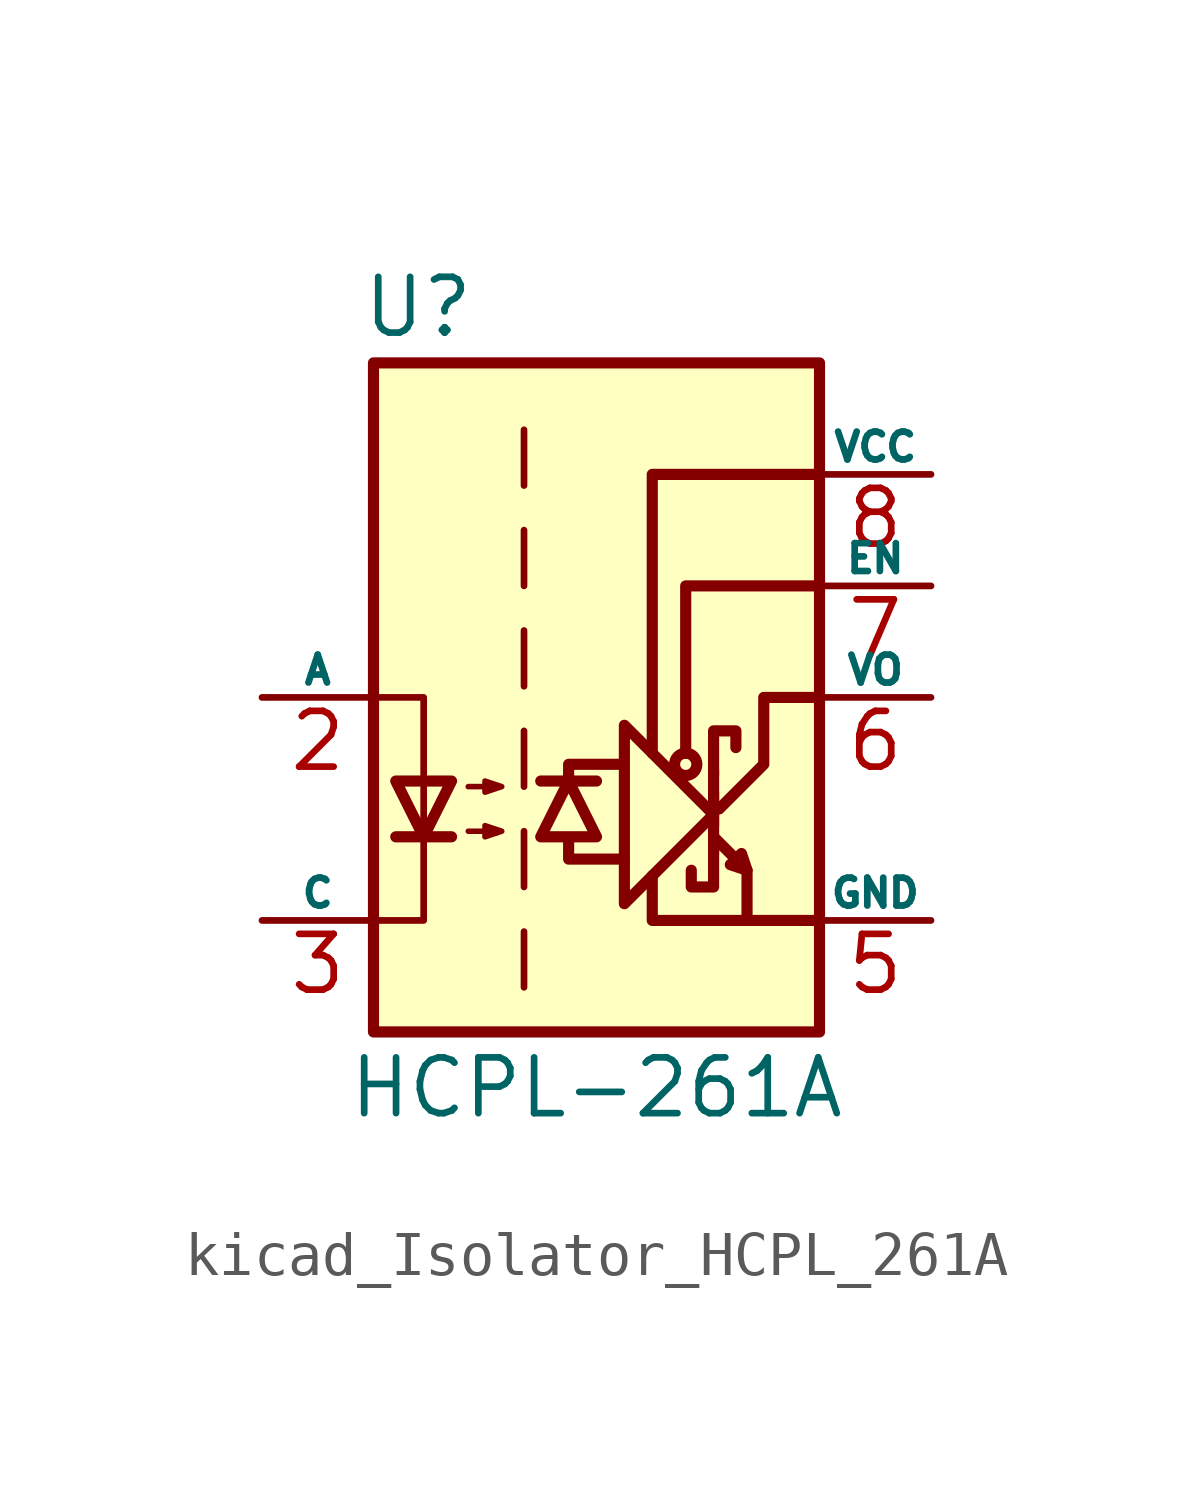
<source format=kicad_sym>
(kicad_symbol_lib
  (version 20220914)
  (generator kicad_symbol_editor)
  (symbol "kicad_Isolator_HCPL_261A"
    (pin_names
      (offset 0))
    (property "Reference" "U"
      (at -4.064 8.89 0)
      (effects (font (size 1.27 1.27))))
    (property "Value" "HCPL-261A"
      (at 0 -8.89 0)
      (effects (font (size 1.27 1.27))))
    (symbol "kicad_Isolator_HCPL_261A_0_1"
      (polyline (pts (xy 2.667 -3.556) (xy 2.667 -1.651)) (stroke (width 0.254) (type default)) (fill (type none)))
      (polyline (pts (xy 2.667 -2.159) (xy 2.667 -2.921)) (stroke (width 0.254) (type default)) (fill (type none)))
      (polyline (pts (xy 3.429 -3.937) (xy 3.429 -5.08)) (stroke (width 0.254) (type default)) (fill (type none)))
      (polyline (pts (xy -0.635 -3.302) (xy -0.635 -3.683) (xy 0.635 -3.683)) (stroke (width 0.254) (type default)) (fill (type none)))
      (polyline (pts (xy -0.635 -1.905) (xy -0.635 -1.524) (xy 0.508 -1.524)) (stroke (width 0.254) (type default)) (fill (type none)))
      (polyline (pts (xy 1.27 -4.064) (xy 1.27 -5.08) (xy 5.08 -5.08)) (stroke (width 0.254) (type default)) (fill (type none)))
      (polyline (pts (xy 1.27 -1.27) (xy 1.27 5.08) (xy 5.08 5.08)) (stroke (width 0.254) (type default)) (fill (type none)))
      (polyline (pts (xy 2.032 -1.27) (xy 2.032 2.54) (xy 5.08 2.54)) (stroke (width 0.254) (type default)) (fill (type none)))
      (polyline (pts (xy -5.08 -5.08) (xy -3.937 -5.08) (xy -3.937 0) (xy -5.08 0)) (stroke (width 0) (type default)) (fill (type none)))
      (polyline (pts (xy 2.667 -3.302) (xy 2.667 -4.318) (xy 2.159 -4.318) (xy 2.159 -3.937)) (stroke (width 0.254) (type default)) (fill (type none)))
      (polyline (pts (xy 2.667 -2.667) (xy 0.635 -4.699) (xy 0.635 -0.635) (xy 2.667 -2.667)) (stroke (width 0.254) (type default)) (fill (type none)))
      (polyline (pts (xy 2.667 -1.778) (xy 2.667 -0.762) (xy 3.175 -0.762) (xy 3.175 -1.143)) (stroke (width 0.254) (type default)) (fill (type none)))
      (polyline (pts (xy 2.794 -2.54) (xy 3.81 -1.524) (xy 3.81 0) (xy 5.08 0)) (stroke (width 0.254) (type default)) (fill (type none)))
      (polyline (pts (xy 2.667 -3.175) (xy 3.429 -3.937) (xy 3.302 -3.556) (xy 3.048 -3.81) (xy 3.429 -3.937)) (stroke (width 0.254) (type default)) (fill (type none)))
      (circle (center 2.032 -1.524) (radius 0.254) (stroke (width 0.254) (type default)) (fill (type none))))
    (symbol "kicad_Isolator_HCPL_261A_1_1"
      (rectangle (start -5.08 7.62) (end 5.08 -7.62) (stroke (width 0.254) (type default)) (fill (type background)))
      (polyline (pts (xy -4.572 -3.175) (xy -3.302 -3.175)) (stroke (width 0.254) (type default)) (fill (type none)))
      (polyline (pts (xy -1.651 -5.334) (xy -1.651 -6.604)) (stroke (width 0) (type default)) (fill (type none)))
      (polyline (pts (xy -1.651 -3.048) (xy -1.651 -4.318)) (stroke (width 0) (type default)) (fill (type none)))
      (polyline (pts (xy -1.651 -0.762) (xy -1.651 -2.032)) (stroke (width 0) (type default)) (fill (type none)))
      (polyline (pts (xy -1.651 1.524) (xy -1.651 0.254)) (stroke (width 0) (type default)) (fill (type none)))
      (polyline (pts (xy -1.651 3.81) (xy -1.651 2.54)) (stroke (width 0) (type default)) (fill (type none)))
      (polyline (pts (xy -1.651 6.096) (xy -1.651 4.826)) (stroke (width 0) (type default)) (fill (type none)))
      (polyline (pts (xy -1.27 -1.905) (xy 0 -1.905)) (stroke (width 0.254) (type default)) (fill (type none)))
      (polyline (pts (xy -3.937 -3.175) (xy -4.572 -1.905) (xy -3.302 -1.905) (xy -3.937 -3.175)) (stroke (width 0.254) (type default)) (fill (type none)))
      (polyline (pts (xy -0.635 -1.905) (xy -1.27 -3.175) (xy 0 -3.175) (xy -0.635 -1.905)) (stroke (width 0.254) (type default)) (fill (type none)))
      (polyline (pts (xy -2.921 -3.048) (xy -2.159 -3.048) (xy -2.54 -3.175) (xy -2.54 -2.921) (xy -2.159 -3.048)) (stroke (width 0.127) (type default)) (fill (type none)))
      (polyline (pts (xy -2.921 -2.032) (xy -2.159 -2.032) (xy -2.54 -2.159) (xy -2.54 -1.905) (xy -2.159 -2.032)) (stroke (width 0.127) (type default)) (fill (type none)))
      (pin no_connect line (at -5.08 5.08 0) (length 2.54) hide (name "NC" (effects (font (size 0.635 0.635)))) (number "1" (effects (font (size 1.27 1.27)))))
      (pin passive line (at -7.62 0 0) (length 2.54) (name "A" (effects (font (size 0.635 0.635)))) (number "2" (effects (font (size 1.27 1.27)))))
      (pin passive line (at -7.62 -5.08 0) (length 2.54) (name "C" (effects (font (size 0.635 0.635)))) (number "3" (effects (font (size 1.27 1.27)))))
      (pin power_in line (at 7.62 -5.08 180) (length 2.54) (name "GND" (effects (font (size 0.635 0.635)))) (number "5" (effects (font (size 1.27 1.27)))))
      (pin open_collector line (at 7.62 0 180) (length 2.54) (name "VO" (effects (font (size 0.635 0.635)))) (number "6" (effects (font (size 1.27 1.27)))))
      (pin input line (at 7.62 2.54 180) (length 2.54) (name "EN" (effects (font (size 0.635 0.635)))) (number "7" (effects (font (size 1.27 1.27)))))
      (pin power_in line (at 7.62 5.08 180) (length 2.54) (name "VCC" (effects (font (size 0.635 0.635)))) (number "8" (effects (font (size 1.27 1.27))))))))
</source>
